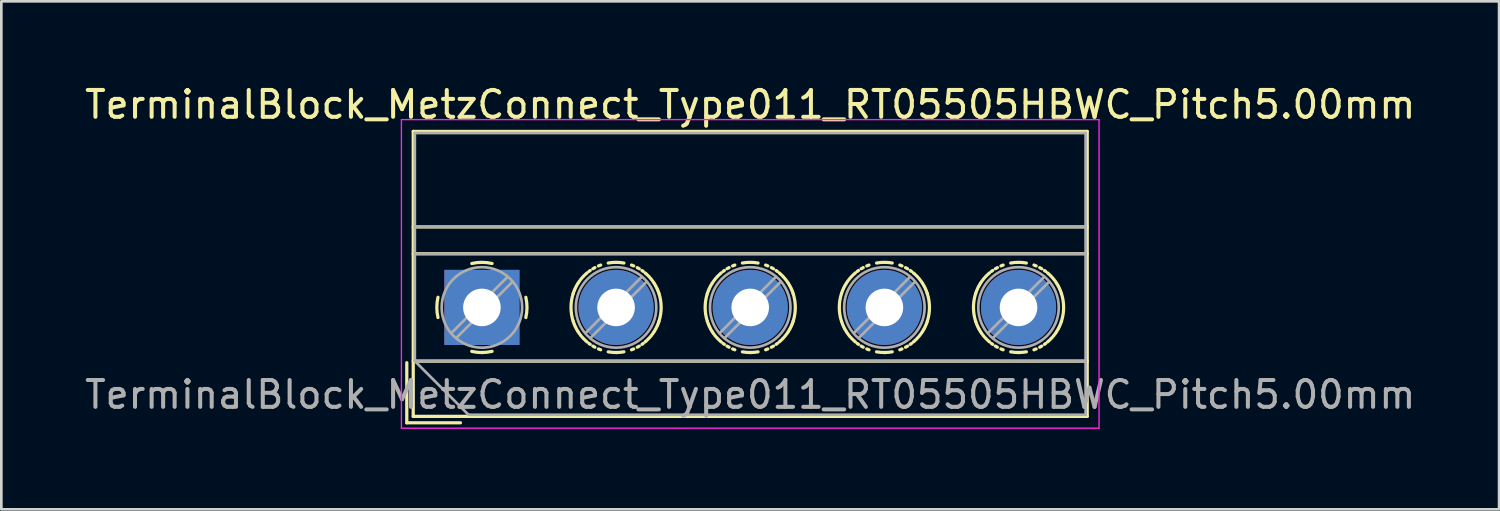
<source format=kicad_pcb>
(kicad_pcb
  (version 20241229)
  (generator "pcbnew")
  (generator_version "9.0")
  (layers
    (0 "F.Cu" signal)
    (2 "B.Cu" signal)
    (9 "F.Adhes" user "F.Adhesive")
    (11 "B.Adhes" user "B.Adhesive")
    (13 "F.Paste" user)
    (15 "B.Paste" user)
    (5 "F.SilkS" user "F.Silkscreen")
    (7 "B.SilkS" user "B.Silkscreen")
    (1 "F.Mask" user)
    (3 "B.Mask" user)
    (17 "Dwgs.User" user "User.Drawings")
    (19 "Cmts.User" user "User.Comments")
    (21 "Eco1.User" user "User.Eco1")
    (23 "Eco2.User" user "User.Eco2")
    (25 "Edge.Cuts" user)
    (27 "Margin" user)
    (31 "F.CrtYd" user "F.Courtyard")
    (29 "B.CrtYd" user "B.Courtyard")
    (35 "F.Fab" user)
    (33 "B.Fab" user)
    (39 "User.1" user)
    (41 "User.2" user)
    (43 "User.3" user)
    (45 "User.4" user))
  (footprint "TerminalBlock_MetzConnect_Type011_RT05505HBWC_Pitch5.00mm"
    (layer "F.Cu")
    (at 14.911 8.408)
    (property "Reference" "TerminalBlock_MetzConnect_Type011_RT05505HBWC_Pitch5.00mm" (at 10 -7.56 0) (layer "F.SilkS") (effects (font (size 1 1) (thickness 0.15))))
    (attr through_hole)
    (fp_line (start -2.8 2.06) (end -2.8 4.3) (stroke (width 0.12) (type solid)) (layer "F.SilkS"))
    (fp_line (start -2.8 4.3) (end -0.8 4.3) (stroke (width 0.12) (type solid)) (layer "F.SilkS"))
    (fp_line (start -2.56 -6.56) (end -2.56 4.06) (stroke (width 0.12) (type solid)) (layer "F.SilkS"))
    (fp_line (start -2.56 -3) (end 22.56 -3) (stroke (width 0.12) (type solid)) (layer "F.SilkS"))
    (fp_line (start -2.56 -2) (end 22.56 -2) (stroke (width 0.12) (type solid)) (layer "F.SilkS"))
    (fp_line (start -2.56 2) (end 22.56 2) (stroke (width 0.12) (type solid)) (layer "F.SilkS"))
    (fp_line (start -2.56 4.06) (end 22.56 4.06) (stroke (width 0.12) (type solid)) (layer "F.SilkS"))
    (fp_line (start 22.56 -6.56) (end -2.56 -6.56) (stroke (width 0.12) (type solid)) (layer "F.SilkS"))
    (fp_line (start 22.56 4.06) (end 22.56 -6.56) (stroke (width 0.12) (type solid)) (layer "F.SilkS"))
    (fp_arc (start -1.637469 0.376971) (mid -1.680301 -0.001041) (end -1.637 -0.379) (stroke (width 0.12) (type solid)) (layer "F.SilkS"))
    (fp_arc (start -0.376971 -1.637469) (mid 0.001041 -1.680301) (end 0.379 -1.637) (stroke (width 0.12) (type solid)) (layer "F.SilkS"))
    (fp_arc (start 0.028284 1.680063) (mid -0.176675 1.670987) (end -0.379 1.637) (stroke (width 0.12) (type solid)) (layer "F.SilkS"))
    (fp_arc (start 0.377918 1.636942) (mid 0.190182 1.669201) (end 0 1.68) (stroke (width 0.12) (type solid)) (layer "F.SilkS"))
    (fp_arc (start 1.63703 -0.377869) (mid 1.680075 0.000067) (end 1.637 0.378) (stroke (width 0.12) (type solid)) (layer "F.SilkS"))
    (fp_arc (start 3.402352 0.518004) (mid 3.320474 -0.001049) (end 3.403 -0.52) (stroke (width 0.12) (type solid)) (layer "F.SilkS"))
    (fp_arc (start 3.40259 -0.520111) (mid 3.416752 -0.561748) (end 3.432 -0.603) (stroke (width 0.12) (type solid)) (layer "F.SilkS"))
    (fp_arc (start 3.432351 0.601869) (mid 3.417133 0.560627) (end 3.403 0.519) (stroke (width 0.12) (type solid)) (layer "F.SilkS"))
    (fp_arc (start 3.443063 -0.630047) (mid 3.454296 -0.657124) (end 3.466 -0.684) (stroke (width 0.12) (type solid)) (layer "F.SilkS"))
    (fp_arc (start 3.465935 0.683955) (mid 3.454232 0.657078) (end 3.443 0.63) (stroke (width 0.12) (type solid)) (layer "F.SilkS"))
    (fp_arc (start 3.477739 -0.710304) (mid 3.496854 -0.749909) (end 3.517 -0.789) (stroke (width 0.12) (type solid)) (layer "F.SilkS"))
    (fp_arc (start 3.517244 0.788682) (mid 3.497107 0.749598) (end 3.478 0.71) (stroke (width 0.12) (type solid)) (layer "F.SilkS"))
    (fp_arc (start 3.53132 -0.815253) (mid 3.553164 -0.853419) (end 3.576 -0.891) (stroke (width 0.12) (type solid)) (layer "F.SilkS"))
    (fp_arc (start 3.575667 0.890765) (mid 3.552837 0.853175) (end 3.531 0.815) (stroke (width 0.12) (type solid)) (layer "F.SilkS"))
    (fp_arc (start 3.591155 -0.915521) (mid 3.615603 -0.952087) (end 3.641 -0.988) (stroke (width 0.12) (type solid)) (layer "F.SilkS"))
    (fp_arc (start 3.640818 0.987487) (mid 3.615435 0.95157) (end 3.591 0.915) (stroke (width 0.12) (type solid)) (layer "F.SilkS"))
    (fp_arc (start 3.677057 -1.035461) (mid 3.69533 -1.058392) (end 3.714 -1.081) (stroke (width 0.12) (type solid)) (layer "F.SilkS"))
    (fp_arc (start 3.712928 1.080576) (mid 3.694265 1.057949) (end 3.676 1.035) (stroke (width 0.12) (type solid)) (layer "F.SilkS"))
    (fp_arc (start 3.752399 -1.125248) (mid 3.782282 -1.157521) (end 3.813 -1.189) (stroke (width 0.12) (type solid)) (layer "F.SilkS"))
    (fp_arc (start 3.812536 1.187775) (mid 3.781851 1.156284) (end 3.752 1.124) (stroke (width 0.12) (type solid)) (layer "F.SilkS"))
    (fp_arc (start 3.85507 -1.229764) (mid 3.887654 -1.259313) (end 3.921 -1.288) (stroke (width 0.12) (type solid)) (layer "F.SilkS"))
    (fp_arc (start 3.92089 1.28724) (mid 3.887564 1.258551) (end 3.855 1.229) (stroke (width 0.12) (type solid)) (layer "F.SilkS"))
    (fp_arc (start 3.98953 -1.342553) (mid 4.013115 -1.359984) (end 4.037 -1.377) (stroke (width 0.12) (type solid)) (layer "F.SilkS"))
    (fp_arc (start 4.036451 1.376466) (mid 4.012575 1.35944) (end 3.989 1.342) (stroke (width 0.12) (type solid)) (layer "F.SilkS"))
    (fp_arc (start 4.135413 -1.440725) (mid 4.173423 -1.462864) (end 4.212 -1.484) (stroke (width 0.12) (type solid)) (layer "F.SilkS"))
    (fp_arc (start 4.211549 1.483297) (mid 4.172991 1.46215) (end 4.135 1.44) (stroke (width 0.12) (type solid)) (layer "F.SilkS"))
    (fp_arc (start 4.344148 -1.546795) (mid 4.384863 -1.563433) (end 4.426 -1.579) (stroke (width 0.12) (type solid)) (layer "F.SilkS"))
    (fp_arc (start 4.425863 1.579212) (mid 4.384721 1.563642) (end 4.344 1.547) (stroke (width 0.12) (type solid)) (layer "F.SilkS"))
    (fp_arc (start 4.708347 -1.655061) (mid 5.000176 -1.680562) (end 5.292 -1.655) (stroke (width 0.12) (type solid)) (layer "F.SilkS"))
    (fp_arc (start 5.029154 1.680309) (mid 4.867969 1.675367) (end 4.708 1.655) (stroke (width 0.12) (type solid)) (layer "F.SilkS"))
    (fp_arc (start 5.291729 1.654477) (mid 5.146422 1.673607) (end 5 1.68) (stroke (width 0.12) (type solid)) (layer "F.SilkS"))
    (fp_arc (start 5.575136 -1.579265) (mid 5.616279 -1.563669) (end 5.657 -1.547) (stroke (width 0.12) (type solid)) (layer "F.SilkS"))
    (fp_arc (start 5.65685 1.546743) (mid 5.616136 1.563407) (end 5.575 1.579) (stroke (width 0.12) (type solid)) (layer "F.SilkS"))
    (fp_arc (start 5.789449 -1.483349) (mid 5.828008 -1.462175) (end 5.866 -1.44) (stroke (width 0.12) (type solid)) (layer "F.SilkS"))
    (fp_arc (start 5.865585 1.440673) (mid 5.827576 1.462838) (end 5.789 1.484) (stroke (width 0.12) (type solid)) (layer "F.SilkS"))
    (fp_arc (start 5.964548 -1.376501) (mid 5.988425 -1.359458) (end 6.012 -1.342) (stroke (width 0.12) (type solid)) (layer "F.SilkS"))
    (fp_arc (start 6.011469 1.342518) (mid 5.987885 1.359966) (end 5.964 1.377) (stroke (width 0.12) (type solid)) (layer "F.SilkS"))
    (fp_arc (start 6.080109 -1.287293) (mid 6.113436 -1.258578) (end 6.146 -1.229) (stroke (width 0.12) (type solid)) (layer "F.SilkS"))
    (fp_arc (start 6.145876 1.228713) (mid 6.113319 1.258288) (end 6.08 1.287) (stroke (width 0.12) (type solid)) (layer "F.SilkS"))
    (fp_arc (start 6.18841 -1.188826) (mid 6.219123 -1.15731) (end 6.249 -1.125) (stroke (width 0.12) (type solid)) (layer "F.SilkS"))
    (fp_arc (start 6.248547 1.124197) (mid 6.218691 1.156495) (end 6.188 1.188) (stroke (width 0.12) (type solid)) (layer "F.SilkS"))
    (fp_arc (start 6.287072 -1.080576) (mid 6.305735 -1.057949) (end 6.324 -1.035) (stroke (width 0.12) (type solid)) (layer "F.SilkS"))
    (fp_arc (start 6.323907 1.034426) (mid 6.305652 1.057374) (end 6.287 1.08) (stroke (width 0.12) (type solid)) (layer "F.SilkS"))
    (fp_arc (start 6.36018 -0.98754) (mid 6.385565 -0.951596) (end 6.41 -0.915) (stroke (width 0.12) (type solid)) (layer "F.SilkS"))
    (fp_arc (start 6.409844 0.915469) (mid 6.385397 0.952061) (end 6.36 0.988) (stroke (width 0.12) (type solid)) (layer "F.SilkS"))
    (fp_arc (start 6.425332 -0.890817) (mid 6.448162 -0.853201) (end 6.47 -0.815) (stroke (width 0.12) (type solid)) (layer "F.SilkS"))
    (fp_arc (start 6.469678 0.8152) (mid 6.447835 0.853392) (end 6.425 0.891) (stroke (width 0.12) (type solid)) (layer "F.SilkS"))
    (fp_arc (start 6.483754 -0.788735) (mid 6.503892 -0.749624) (end 6.523 -0.71) (stroke (width 0.12) (type solid)) (layer "F.SilkS"))
    (fp_arc (start 6.523259 0.710252) (mid 6.504145 0.749883) (end 6.484 0.789) (stroke (width 0.12) (type solid)) (layer "F.SilkS"))
    (fp_arc (start 6.535064 -0.68399) (mid 6.546768 -0.657095) (end 6.558 -0.63) (stroke (width 0.12) (type solid)) (layer "F.SilkS"))
    (fp_arc (start 6.557936 0.630013) (mid 6.546704 0.657107) (end 6.535 0.684) (stroke (width 0.12) (type solid)) (layer "F.SilkS"))
    (fp_arc (start 6.568595 -0.60292) (mid 6.58384 -0.561652) (end 6.598 -0.52) (stroke (width 0.12) (type solid)) (layer "F.SilkS"))
    (fp_arc (start 6.598408 0.520058) (mid 6.584247 0.561721) (end 6.569 0.603) (stroke (width 0.12) (type solid)) (layer "F.SilkS"))
    (fp_arc (start 6.598457 -0.518592) (mid 6.680477 0.00074) (end 6.598 0.52) (stroke (width 0.12) (type solid)) (layer "F.SilkS"))
    (fp_arc (start 8.402352 0.518004) (mid 8.320474 -0.001049) (end 8.403 -0.52) (stroke (width 0.12) (type solid)) (layer "F.SilkS"))
    (fp_arc (start 8.40259 -0.520111) (mid 8.416752 -0.561748) (end 8.432 -0.603) (stroke (width 0.12) (type solid)) (layer "F.SilkS"))
    (fp_arc (start 8.432351 0.601869) (mid 8.417133 0.560627) (end 8.403 0.519) (stroke (width 0.12) (type solid)) (layer "F.SilkS"))
    (fp_arc (start 8.443063 -0.630047) (mid 8.454296 -0.657124) (end 8.466 -0.684) (stroke (width 0.12) (type solid)) (layer "F.SilkS"))
    (fp_arc (start 8.465935 0.683955) (mid 8.454232 0.657078) (end 8.443 0.63) (stroke (width 0.12) (type solid)) (layer "F.SilkS"))
    (fp_arc (start 8.477739 -0.710304) (mid 8.496854 -0.749909) (end 8.517 -0.789) (stroke (width 0.12) (type solid)) (layer "F.SilkS"))
    (fp_arc (start 8.517244 0.788682) (mid 8.497107 0.749598) (end 8.478 0.71) (stroke (width 0.12) (type solid)) (layer "F.SilkS"))
    (fp_arc (start 8.53132 -0.815253) (mid 8.553164 -0.853419) (end 8.576 -0.891) (stroke (width 0.12) (type solid)) (layer "F.SilkS"))
    (fp_arc (start 8.575667 0.890765) (mid 8.552837 0.853175) (end 8.531 0.815) (stroke (width 0.12) (type solid)) (layer "F.SilkS"))
    (fp_arc (start 8.591155 -0.915521) (mid 8.615603 -0.952087) (end 8.641 -0.988) (stroke (width 0.12) (type solid)) (layer "F.SilkS"))
    (fp_arc (start 8.640818 0.987487) (mid 8.615435 0.95157) (end 8.591 0.915) (stroke (width 0.12) (type solid)) (layer "F.SilkS"))
    (fp_arc (start 8.677057 -1.035461) (mid 8.69533 -1.058392) (end 8.714 -1.081) (stroke (width 0.12) (type solid)) (layer "F.SilkS"))
    (fp_arc (start 8.712928 1.080576) (mid 8.694265 1.057949) (end 8.676 1.035) (stroke (width 0.12) (type solid)) (layer "F.SilkS"))
    (fp_arc (start 8.752399 -1.125248) (mid 8.782282 -1.157521) (end 8.813 -1.189) (stroke (width 0.12) (type solid)) (layer "F.SilkS"))
    (fp_arc (start 8.812536 1.187775) (mid 8.781851 1.156284) (end 8.752 1.124) (stroke (width 0.12) (type solid)) (layer "F.SilkS"))
    (fp_arc (start 8.85507 -1.229764) (mid 8.887654 -1.259313) (end 8.921 -1.288) (stroke (width 0.12) (type solid)) (layer "F.SilkS"))
    (fp_arc (start 8.92089 1.28724) (mid 8.887564 1.258551) (end 8.855 1.229) (stroke (width 0.12) (type solid)) (layer "F.SilkS"))
    (fp_arc (start 8.98953 -1.342553) (mid 9.013115 -1.359984) (end 9.037 -1.377) (stroke (width 0.12) (type solid)) (layer "F.SilkS"))
    (fp_arc (start 9.036451 1.376466) (mid 9.012575 1.35944) (end 8.989 1.342) (stroke (width 0.12) (type solid)) (layer "F.SilkS"))
    (fp_arc (start 9.135413 -1.440725) (mid 9.173423 -1.462864) (end 9.212 -1.484) (stroke (width 0.12) (type solid)) (layer "F.SilkS"))
    (fp_arc (start 9.211549 1.483297) (mid 9.172991 1.46215) (end 9.135 1.44) (stroke (width 0.12) (type solid)) (layer "F.SilkS"))
    (fp_arc (start 9.344148 -1.546795) (mid 9.384863 -1.563433) (end 9.426 -1.579) (stroke (width 0.12) (type solid)) (layer "F.SilkS"))
    (fp_arc (start 9.425863 1.579212) (mid 9.384721 1.563642) (end 9.344 1.547) (stroke (width 0.12) (type solid)) (layer "F.SilkS"))
    (fp_arc (start 9.708347 -1.655061) (mid 10.000176 -1.680562) (end 10.292 -1.655) (stroke (width 0.12) (type solid)) (layer "F.SilkS"))
    (fp_arc (start 10.029154 1.680309) (mid 9.867969 1.675367) (end 9.708 1.655) (stroke (width 0.12) (type solid)) (layer "F.SilkS"))
    (fp_arc (start 10.291729 1.654477) (mid 10.146422 1.673607) (end 10 1.68) (stroke (width 0.12) (type solid)) (layer "F.SilkS"))
    (fp_arc (start 10.575136 -1.579265) (mid 10.616279 -1.563669) (end 10.657 -1.547) (stroke (width 0.12) (type solid)) (layer "F.SilkS"))
    (fp_arc (start 10.65685 1.546743) (mid 10.616136 1.563407) (end 10.575 1.579) (stroke (width 0.12) (type solid)) (layer "F.SilkS"))
    (fp_arc (start 10.789449 -1.483349) (mid 10.828008 -1.462175) (end 10.866 -1.44) (stroke (width 0.12) (type solid)) (layer "F.SilkS"))
    (fp_arc (start 10.865585 1.440673) (mid 10.827576 1.462838) (end 10.789 1.484) (stroke (width 0.12) (type solid)) (layer "F.SilkS"))
    (fp_arc (start 10.964548 -1.376501) (mid 10.988425 -1.359458) (end 11.012 -1.342) (stroke (width 0.12) (type solid)) (layer "F.SilkS"))
    (fp_arc (start 11.011469 1.342518) (mid 10.987885 1.359966) (end 10.964 1.377) (stroke (width 0.12) (type solid)) (layer "F.SilkS"))
    (fp_arc (start 11.080109 -1.287293) (mid 11.113436 -1.258578) (end 11.146 -1.229) (stroke (width 0.12) (type solid)) (layer "F.SilkS"))
    (fp_arc (start 11.145876 1.228713) (mid 11.113319 1.258288) (end 11.08 1.287) (stroke (width 0.12) (type solid)) (layer "F.SilkS"))
    (fp_arc (start 11.18841 -1.188826) (mid 11.219123 -1.15731) (end 11.249 -1.125) (stroke (width 0.12) (type solid)) (layer "F.SilkS"))
    (fp_arc (start 11.248547 1.124197) (mid 11.218691 1.156495) (end 11.188 1.188) (stroke (width 0.12) (type solid)) (layer "F.SilkS"))
    (fp_arc (start 11.287072 -1.080576) (mid 11.305735 -1.057949) (end 11.324 -1.035) (stroke (width 0.12) (type solid)) (layer "F.SilkS"))
    (fp_arc (start 11.323907 1.034426) (mid 11.305652 1.057374) (end 11.287 1.08) (stroke (width 0.12) (type solid)) (layer "F.SilkS"))
    (fp_arc (start 11.36018 -0.98754) (mid 11.385565 -0.951596) (end 11.41 -0.915) (stroke (width 0.12) (type solid)) (layer "F.SilkS"))
    (fp_arc (start 11.409844 0.915469) (mid 11.385397 0.952061) (end 11.36 0.988) (stroke (width 0.12) (type solid)) (layer "F.SilkS"))
    (fp_arc (start 11.425332 -0.890817) (mid 11.448162 -0.853201) (end 11.47 -0.815) (stroke (width 0.12) (type solid)) (layer "F.SilkS"))
    (fp_arc (start 11.469678 0.8152) (mid 11.447835 0.853392) (end 11.425 0.891) (stroke (width 0.12) (type solid)) (layer "F.SilkS"))
    (fp_arc (start 11.483754 -0.788735) (mid 11.503892 -0.749624) (end 11.523 -0.71) (stroke (width 0.12) (type solid)) (layer "F.SilkS"))
    (fp_arc (start 11.523259 0.710252) (mid 11.504145 0.749883) (end 11.484 0.789) (stroke (width 0.12) (type solid)) (layer "F.SilkS"))
    (fp_arc (start 11.535064 -0.68399) (mid 11.546768 -0.657095) (end 11.558 -0.63) (stroke (width 0.12) (type solid)) (layer "F.SilkS"))
    (fp_arc (start 11.557936 0.630013) (mid 11.546704 0.657107) (end 11.535 0.684) (stroke (width 0.12) (type solid)) (layer "F.SilkS"))
    (fp_arc (start 11.568595 -0.60292) (mid 11.58384 -0.561652) (end 11.598 -0.52) (stroke (width 0.12) (type solid)) (layer "F.SilkS"))
    (fp_arc (start 11.598408 0.520058) (mid 11.584247 0.561721) (end 11.569 0.603) (stroke (width 0.12) (type solid)) (layer "F.SilkS"))
    (fp_arc (start 11.598457 -0.518592) (mid 11.680477 0.00074) (end 11.598 0.52) (stroke (width 0.12) (type solid)) (layer "F.SilkS"))
    (fp_arc (start 13.402352 0.518004) (mid 13.320474 -0.001049) (end 13.403 -0.52) (stroke (width 0.12) (type solid)) (layer "F.SilkS"))
    (fp_arc (start 13.40259 -0.520111) (mid 13.416752 -0.561748) (end 13.432 -0.603) (stroke (width 0.12) (type solid)) (layer "F.SilkS"))
    (fp_arc (start 13.432351 0.601869) (mid 13.417133 0.560627) (end 13.403 0.519) (stroke (width 0.12) (type solid)) (layer "F.SilkS"))
    (fp_arc (start 13.443063 -0.630047) (mid 13.454296 -0.657124) (end 13.466 -0.684) (stroke (width 0.12) (type solid)) (layer "F.SilkS"))
    (fp_arc (start 13.465935 0.683955) (mid 13.454232 0.657078) (end 13.443 0.63) (stroke (width 0.12) (type solid)) (layer "F.SilkS"))
    (fp_arc (start 13.477739 -0.710304) (mid 13.496854 -0.749909) (end 13.517 -0.789) (stroke (width 0.12) (type solid)) (layer "F.SilkS"))
    (fp_arc (start 13.517244 0.788682) (mid 13.497107 0.749598) (end 13.478 0.71) (stroke (width 0.12) (type solid)) (layer "F.SilkS"))
    (fp_arc (start 13.53132 -0.815253) (mid 13.553164 -0.853419) (end 13.576 -0.891) (stroke (width 0.12) (type solid)) (layer "F.SilkS"))
    (fp_arc (start 13.575667 0.890765) (mid 13.552837 0.853175) (end 13.531 0.815) (stroke (width 0.12) (type solid)) (layer "F.SilkS"))
    (fp_arc (start 13.591155 -0.915521) (mid 13.615603 -0.952087) (end 13.641 -0.988) (stroke (width 0.12) (type solid)) (layer "F.SilkS"))
    (fp_arc (start 13.640818 0.987487) (mid 13.615435 0.95157) (end 13.591 0.915) (stroke (width 0.12) (type solid)) (layer "F.SilkS"))
    (fp_arc (start 13.677057 -1.035461) (mid 13.69533 -1.058392) (end 13.714 -1.081) (stroke (width 0.12) (type solid)) (layer "F.SilkS"))
    (fp_arc (start 13.712928 1.080576) (mid 13.694265 1.057949) (end 13.676 1.035) (stroke (width 0.12) (type solid)) (layer "F.SilkS"))
    (fp_arc (start 13.752399 -1.125248) (mid 13.782282 -1.157521) (end 13.813 -1.189) (stroke (width 0.12) (type solid)) (layer "F.SilkS"))
    (fp_arc (start 13.812536 1.187775) (mid 13.781851 1.156284) (end 13.752 1.124) (stroke (width 0.12) (type solid)) (layer "F.SilkS"))
    (fp_arc (start 13.85507 -1.229764) (mid 13.887654 -1.259313) (end 13.921 -1.288) (stroke (width 0.12) (type solid)) (layer "F.SilkS"))
    (fp_arc (start 13.92089 1.28724) (mid 13.887564 1.258551) (end 13.855 1.229) (stroke (width 0.12) (type solid)) (layer "F.SilkS"))
    (fp_arc (start 13.98953 -1.342553) (mid 14.013115 -1.359984) (end 14.037 -1.377) (stroke (width 0.12) (type solid)) (layer "F.SilkS"))
    (fp_arc (start 14.036451 1.376466) (mid 14.012575 1.35944) (end 13.989 1.342) (stroke (width 0.12) (type solid)) (layer "F.SilkS"))
    (fp_arc (start 14.135413 -1.440725) (mid 14.173423 -1.462864) (end 14.212 -1.484) (stroke (width 0.12) (type solid)) (layer "F.SilkS"))
    (fp_arc (start 14.211549 1.483297) (mid 14.172991 1.46215) (end 14.135 1.44) (stroke (width 0.12) (type solid)) (layer "F.SilkS"))
    (fp_arc (start 14.344148 -1.546795) (mid 14.384863 -1.563433) (end 14.426 -1.579) (stroke (width 0.12) (type solid)) (layer "F.SilkS"))
    (fp_arc (start 14.425863 1.579212) (mid 14.384721 1.563642) (end 14.344 1.547) (stroke (width 0.12) (type solid)) (layer "F.SilkS"))
    (fp_arc (start 14.708347 -1.655061) (mid 15.000176 -1.680562) (end 15.292 -1.655) (stroke (width 0.12) (type solid)) (layer "F.SilkS"))
    (fp_arc (start 15.029154 1.680309) (mid 14.867969 1.675367) (end 14.708 1.655) (stroke (width 0.12) (type solid)) (layer "F.SilkS"))
    (fp_arc (start 15.291729 1.654477) (mid 15.146422 1.673607) (end 15 1.68) (stroke (width 0.12) (type solid)) (layer "F.SilkS"))
    (fp_arc (start 15.575136 -1.579265) (mid 15.616279 -1.563669) (end 15.657 -1.547) (stroke (width 0.12) (type solid)) (layer "F.SilkS"))
    (fp_arc (start 15.65685 1.546743) (mid 15.616136 1.563407) (end 15.575 1.579) (stroke (width 0.12) (type solid)) (layer "F.SilkS"))
    (fp_arc (start 15.789449 -1.483349) (mid 15.828008 -1.462175) (end 15.866 -1.44) (stroke (width 0.12) (type solid)) (layer "F.SilkS"))
    (fp_arc (start 15.865585 1.440673) (mid 15.827576 1.462838) (end 15.789 1.484) (stroke (width 0.12) (type solid)) (layer "F.SilkS"))
    (fp_arc (start 15.964548 -1.376501) (mid 15.988425 -1.359458) (end 16.012 -1.342) (stroke (width 0.12) (type solid)) (layer "F.SilkS"))
    (fp_arc (start 16.011469 1.342518) (mid 15.987885 1.359966) (end 15.964 1.377) (stroke (width 0.12) (type solid)) (layer "F.SilkS"))
    (fp_arc (start 16.080109 -1.287293) (mid 16.113436 -1.258578) (end 16.146 -1.229) (stroke (width 0.12) (type solid)) (layer "F.SilkS"))
    (fp_arc (start 16.145876 1.228713) (mid 16.113319 1.258288) (end 16.08 1.287) (stroke (width 0.12) (type solid)) (layer "F.SilkS"))
    (fp_arc (start 16.18841 -1.188826) (mid 16.219123 -1.15731) (end 16.249 -1.125) (stroke (width 0.12) (type solid)) (layer "F.SilkS"))
    (fp_arc (start 16.248547 1.124197) (mid 16.218691 1.156495) (end 16.188 1.188) (stroke (width 0.12) (type solid)) (layer "F.SilkS"))
    (fp_arc (start 16.287072 -1.080576) (mid 16.305735 -1.057949) (end 16.324 -1.035) (stroke (width 0.12) (type solid)) (layer "F.SilkS"))
    (fp_arc (start 16.323907 1.034426) (mid 16.305652 1.057374) (end 16.287 1.08) (stroke (width 0.12) (type solid)) (layer "F.SilkS"))
    (fp_arc (start 16.36018 -0.98754) (mid 16.385565 -0.951596) (end 16.41 -0.915) (stroke (width 0.12) (type solid)) (layer "F.SilkS"))
    (fp_arc (start 16.409844 0.915469) (mid 16.385397 0.952061) (end 16.36 0.988) (stroke (width 0.12) (type solid)) (layer "F.SilkS"))
    (fp_arc (start 16.425332 -0.890817) (mid 16.448162 -0.853201) (end 16.47 -0.815) (stroke (width 0.12) (type solid)) (layer "F.SilkS"))
    (fp_arc (start 16.469678 0.8152) (mid 16.447835 0.853392) (end 16.425 0.891) (stroke (width 0.12) (type solid)) (layer "F.SilkS"))
    (fp_arc (start 16.483754 -0.788735) (mid 16.503892 -0.749624) (end 16.523 -0.71) (stroke (width 0.12) (type solid)) (layer "F.SilkS"))
    (fp_arc (start 16.523259 0.710252) (mid 16.504145 0.749883) (end 16.484 0.789) (stroke (width 0.12) (type solid)) (layer "F.SilkS"))
    (fp_arc (start 16.535064 -0.68399) (mid 16.546768 -0.657095) (end 16.558 -0.63) (stroke (width 0.12) (type solid)) (layer "F.SilkS"))
    (fp_arc (start 16.557936 0.630013) (mid 16.546704 0.657107) (end 16.535 0.684) (stroke (width 0.12) (type solid)) (layer "F.SilkS"))
    (fp_arc (start 16.568595 -0.60292) (mid 16.58384 -0.561652) (end 16.598 -0.52) (stroke (width 0.12) (type solid)) (layer "F.SilkS"))
    (fp_arc (start 16.598408 0.520058) (mid 16.584247 0.561721) (end 16.569 0.603) (stroke (width 0.12) (type solid)) (layer "F.SilkS"))
    (fp_arc (start 16.598457 -0.518592) (mid 16.680477 0.00074) (end 16.598 0.52) (stroke (width 0.12) (type solid)) (layer "F.SilkS"))
    (fp_arc (start 18.402352 0.518004) (mid 18.320474 -0.001049) (end 18.403 -0.52) (stroke (width 0.12) (type solid)) (layer "F.SilkS"))
    (fp_arc (start 18.40259 -0.520111) (mid 18.416752 -0.561748) (end 18.432 -0.603) (stroke (width 0.12) (type solid)) (layer "F.SilkS"))
    (fp_arc (start 18.432351 0.601869) (mid 18.417133 0.560627) (end 18.403 0.519) (stroke (width 0.12) (type solid)) (layer "F.SilkS"))
    (fp_arc (start 18.443063 -0.630047) (mid 18.454296 -0.657124) (end 18.466 -0.684) (stroke (width 0.12) (type solid)) (layer "F.SilkS"))
    (fp_arc (start 18.465935 0.683955) (mid 18.454232 0.657078) (end 18.443 0.63) (stroke (width 0.12) (type solid)) (layer "F.SilkS"))
    (fp_arc (start 18.477739 -0.710304) (mid 18.496854 -0.749909) (end 18.517 -0.789) (stroke (width 0.12) (type solid)) (layer "F.SilkS"))
    (fp_arc (start 18.517244 0.788682) (mid 18.497107 0.749598) (end 18.478 0.71) (stroke (width 0.12) (type solid)) (layer "F.SilkS"))
    (fp_arc (start 18.53132 -0.815253) (mid 18.553164 -0.853419) (end 18.576 -0.891) (stroke (width 0.12) (type solid)) (layer "F.SilkS"))
    (fp_arc (start 18.575667 0.890765) (mid 18.552837 0.853175) (end 18.531 0.815) (stroke (width 0.12) (type solid)) (layer "F.SilkS"))
    (fp_arc (start 18.591155 -0.915521) (mid 18.615603 -0.952087) (end 18.641 -0.988) (stroke (width 0.12) (type solid)) (layer "F.SilkS"))
    (fp_arc (start 18.640818 0.987487) (mid 18.615435 0.95157) (end 18.591 0.915) (stroke (width 0.12) (type solid)) (layer "F.SilkS"))
    (fp_arc (start 18.677057 -1.035461) (mid 18.69533 -1.058392) (end 18.714 -1.081) (stroke (width 0.12) (type solid)) (layer "F.SilkS"))
    (fp_arc (start 18.712928 1.080576) (mid 18.694265 1.057949) (end 18.676 1.035) (stroke (width 0.12) (type solid)) (layer "F.SilkS"))
    (fp_arc (start 18.752399 -1.125248) (mid 18.782282 -1.157521) (end 18.813 -1.189) (stroke (width 0.12) (type solid)) (layer "F.SilkS"))
    (fp_arc (start 18.812536 1.187775) (mid 18.781851 1.156284) (end 18.752 1.124) (stroke (width 0.12) (type solid)) (layer "F.SilkS"))
    (fp_arc (start 18.85507 -1.229764) (mid 18.887654 -1.259313) (end 18.921 -1.288) (stroke (width 0.12) (type solid)) (layer "F.SilkS"))
    (fp_arc (start 18.92089 1.28724) (mid 18.887564 1.258551) (end 18.855 1.229) (stroke (width 0.12) (type solid)) (layer "F.SilkS"))
    (fp_arc (start 18.98953 -1.342553) (mid 19.013115 -1.359984) (end 19.037 -1.377) (stroke (width 0.12) (type solid)) (layer "F.SilkS"))
    (fp_arc (start 19.036451 1.376466) (mid 19.012575 1.35944) (end 18.989 1.342) (stroke (width 0.12) (type solid)) (layer "F.SilkS"))
    (fp_arc (start 19.135413 -1.440725) (mid 19.173423 -1.462864) (end 19.212 -1.484) (stroke (width 0.12) (type solid)) (layer "F.SilkS"))
    (fp_arc (start 19.211549 1.483297) (mid 19.172991 1.46215) (end 19.135 1.44) (stroke (width 0.12) (type solid)) (layer "F.SilkS"))
    (fp_arc (start 19.344148 -1.546795) (mid 19.384863 -1.563433) (end 19.426 -1.579) (stroke (width 0.12) (type solid)) (layer "F.SilkS"))
    (fp_arc (start 19.425863 1.579212) (mid 19.384721 1.563642) (end 19.344 1.547) (stroke (width 0.12) (type solid)) (layer "F.SilkS"))
    (fp_arc (start 19.708347 -1.655061) (mid 20.000176 -1.680562) (end 20.292 -1.655) (stroke (width 0.12) (type solid)) (layer "F.SilkS"))
    (fp_arc (start 20.029154 1.680309) (mid 19.867969 1.675367) (end 19.708 1.655) (stroke (width 0.12) (type solid)) (layer "F.SilkS"))
    (fp_arc (start 20.291729 1.654477) (mid 20.146422 1.673607) (end 20 1.68) (stroke (width 0.12) (type solid)) (layer "F.SilkS"))
    (fp_arc (start 20.575136 -1.579265) (mid 20.616279 -1.563669) (end 20.657 -1.547) (stroke (width 0.12) (type solid)) (layer "F.SilkS"))
    (fp_arc (start 20.65685 1.546743) (mid 20.616136 1.563407) (end 20.575 1.579) (stroke (width 0.12) (type solid)) (layer "F.SilkS"))
    (fp_arc (start 20.789449 -1.483349) (mid 20.828008 -1.462175) (end 20.866 -1.44) (stroke (width 0.12) (type solid)) (layer "F.SilkS"))
    (fp_arc (start 20.865585 1.440673) (mid 20.827576 1.462838) (end 20.789 1.484) (stroke (width 0.12) (type solid)) (layer "F.SilkS"))
    (fp_arc (start 20.964548 -1.376501) (mid 20.988425 -1.359458) (end 21.012 -1.342) (stroke (width 0.12) (type solid)) (layer "F.SilkS"))
    (fp_arc (start 21.011469 1.342518) (mid 20.987885 1.359966) (end 20.964 1.377) (stroke (width 0.12) (type solid)) (layer "F.SilkS"))
    (fp_arc (start 21.080109 -1.287293) (mid 21.113436 -1.258578) (end 21.146 -1.229) (stroke (width 0.12) (type solid)) (layer "F.SilkS"))
    (fp_arc (start 21.145876 1.228713) (mid 21.113319 1.258288) (end 21.08 1.287) (stroke (width 0.12) (type solid)) (layer "F.SilkS"))
    (fp_arc (start 21.18841 -1.188826) (mid 21.219123 -1.15731) (end 21.249 -1.125) (stroke (width 0.12) (type solid)) (layer "F.SilkS"))
    (fp_arc (start 21.248547 1.124197) (mid 21.218691 1.156495) (end 21.188 1.188) (stroke (width 0.12) (type solid)) (layer "F.SilkS"))
    (fp_arc (start 21.287072 -1.080576) (mid 21.305735 -1.057949) (end 21.324 -1.035) (stroke (width 0.12) (type solid)) (layer "F.SilkS"))
    (fp_arc (start 21.323907 1.034426) (mid 21.305652 1.057374) (end 21.287 1.08) (stroke (width 0.12) (type solid)) (layer "F.SilkS"))
    (fp_arc (start 21.36018 -0.98754) (mid 21.385565 -0.951596) (end 21.41 -0.915) (stroke (width 0.12) (type solid)) (layer "F.SilkS"))
    (fp_arc (start 21.409844 0.915469) (mid 21.385397 0.952061) (end 21.36 0.988) (stroke (width 0.12) (type solid)) (layer "F.SilkS"))
    (fp_arc (start 21.425332 -0.890817) (mid 21.448162 -0.853201) (end 21.47 -0.815) (stroke (width 0.12) (type solid)) (layer "F.SilkS"))
    (fp_arc (start 21.469678 0.8152) (mid 21.447835 0.853392) (end 21.425 0.891) (stroke (width 0.12) (type solid)) (layer "F.SilkS"))
    (fp_arc (start 21.483754 -0.788735) (mid 21.503892 -0.749624) (end 21.523 -0.71) (stroke (width 0.12) (type solid)) (layer "F.SilkS"))
    (fp_arc (start 21.523259 0.710252) (mid 21.504145 0.749883) (end 21.484 0.789) (stroke (width 0.12) (type solid)) (layer "F.SilkS"))
    (fp_arc (start 21.535064 -0.68399) (mid 21.546768 -0.657095) (end 21.558 -0.63) (stroke (width 0.12) (type solid)) (layer "F.SilkS"))
    (fp_arc (start 21.557936 0.630013) (mid 21.546704 0.657107) (end 21.535 0.684) (stroke (width 0.12) (type solid)) (layer "F.SilkS"))
    (fp_arc (start 21.568595 -0.60292) (mid 21.58384 -0.561652) (end 21.598 -0.52) (stroke (width 0.12) (type solid)) (layer "F.SilkS"))
    (fp_arc (start 21.598408 0.520058) (mid 21.584247 0.561721) (end 21.569 0.603) (stroke (width 0.12) (type solid)) (layer "F.SilkS"))
    (fp_arc (start 21.598457 -0.518592) (mid 21.680477 0.00074) (end 21.598 0.52) (stroke (width 0.12) (type solid)) (layer "F.SilkS"))
    (fp_line (start -3 -7) (end -3 4.5) (stroke (width 0.05) (type solid)) (layer "F.CrtYd"))
    (fp_line (start -3 4.5) (end 23 4.5) (stroke (width 0.05) (type solid)) (layer "F.CrtYd"))
    (fp_line (start 23 -7) (end -3 -7) (stroke (width 0.05) (type solid)) (layer "F.CrtYd"))
    (fp_line (start 23 4.5) (end 23 -7) (stroke (width 0.05) (type solid)) (layer "F.CrtYd"))
    (fp_line (start -2.5 -6.5) (end 22.5 -6.5) (stroke (width 0.1) (type solid)) (layer "F.Fab"))
    (fp_line (start -2.5 -3) (end 22.5 -3) (stroke (width 0.1) (type solid)) (layer "F.Fab"))
    (fp_line (start -2.5 -2) (end 22.5 -2) (stroke (width 0.1) (type solid)) (layer "F.Fab"))
    (fp_line (start -2.5 2) (end -2.5 -6.5) (stroke (width 0.1) (type solid)) (layer "F.Fab"))
    (fp_line (start -2.5 2) (end 22.5 2) (stroke (width 0.1) (type solid)) (layer "F.Fab"))
    (fp_line (start -0.5 4) (end -2.5 2) (stroke (width 0.1) (type solid)) (layer "F.Fab"))
    (fp_line (start 0.955 -1.138) (end -1.138 0.955) (stroke (width 0.1) (type solid)) (layer "F.Fab"))
    (fp_line (start 1.138 -0.955) (end -0.955 1.138) (stroke (width 0.1) (type solid)) (layer "F.Fab"))
    (fp_line (start 5.955 -1.138) (end 3.863 0.955) (stroke (width 0.1) (type solid)) (layer "F.Fab"))
    (fp_line (start 6.138 -0.955) (end 4.046 1.138) (stroke (width 0.1) (type solid)) (layer "F.Fab"))
    (fp_line (start 10.955 -1.138) (end 8.863 0.955) (stroke (width 0.1) (type solid)) (layer "F.Fab"))
    (fp_line (start 11.138 -0.955) (end 9.046 1.138) (stroke (width 0.1) (type solid)) (layer "F.Fab"))
    (fp_line (start 15.955 -1.138) (end 13.863 0.955) (stroke (width 0.1) (type solid)) (layer "F.Fab"))
    (fp_line (start 16.138 -0.955) (end 14.046 1.138) (stroke (width 0.1) (type solid)) (layer "F.Fab"))
    (fp_line (start 20.955 -1.138) (end 18.863 0.955) (stroke (width 0.1) (type solid)) (layer "F.Fab"))
    (fp_line (start 21.138 -0.955) (end 19.046 1.138) (stroke (width 0.1) (type solid)) (layer "F.Fab"))
    (fp_line (start 22.5 -6.5) (end 22.5 4) (stroke (width 0.1) (type solid)) (layer "F.Fab"))
    (fp_line (start 22.5 4) (end -0.5 4) (stroke (width 0.1) (type solid)) (layer "F.Fab"))
    (fp_circle (center 0 0) (end 1.5 0) (stroke (width 0.1) (type solid)) (fill no) (layer "F.Fab"))
    (fp_circle (center 5 0) (end 6.5 0) (stroke (width 0.1) (type solid)) (fill no) (layer "F.Fab"))
    (fp_circle (center 10 0) (end 11.5 0) (stroke (width 0.1) (type solid)) (fill no) (layer "F.Fab"))
    (fp_circle (center 15 0) (end 16.5 0) (stroke (width 0.1) (type solid)) (fill no) (layer "F.Fab"))
    (fp_circle (center 20 0) (end 21.5 0) (stroke (width 0.1) (type solid)) (fill no) (layer "F.Fab"))
    (fp_text user "${REFERENCE}" (at 10 3.25 0) (layer "F.Fab") (effects (font (size 1 1) (thickness 0.15))))
    (pad "1" thru_hole rect (at 0 0) (size 2.8 2.8) (drill 1.4) (layers "*.Cu" "*.Mask"))
    (pad "2" thru_hole circle (at 5 0) (size 2.8 2.8) (drill 1.4) (layers "*.Cu" "*.Mask"))
    (pad "3" thru_hole circle (at 10 0) (size 2.8 2.8) (drill 1.4) (layers "*.Cu" "*.Mask"))
    (pad "4" thru_hole circle (at 15 0) (size 2.8 2.8) (drill 1.4) (layers "*.Cu" "*.Mask"))
    (pad "5" thru_hole circle (at 20 0) (size 2.8 2.8) (drill 1.4) (layers "*.Cu" "*.Mask")))
  (gr_rect
    (start -3 -3)
    (end 52.821 15.933)
    (stroke (width 0.1) (type default))
    (fill no)
    (layer "Edge.Cuts")))
</source>
